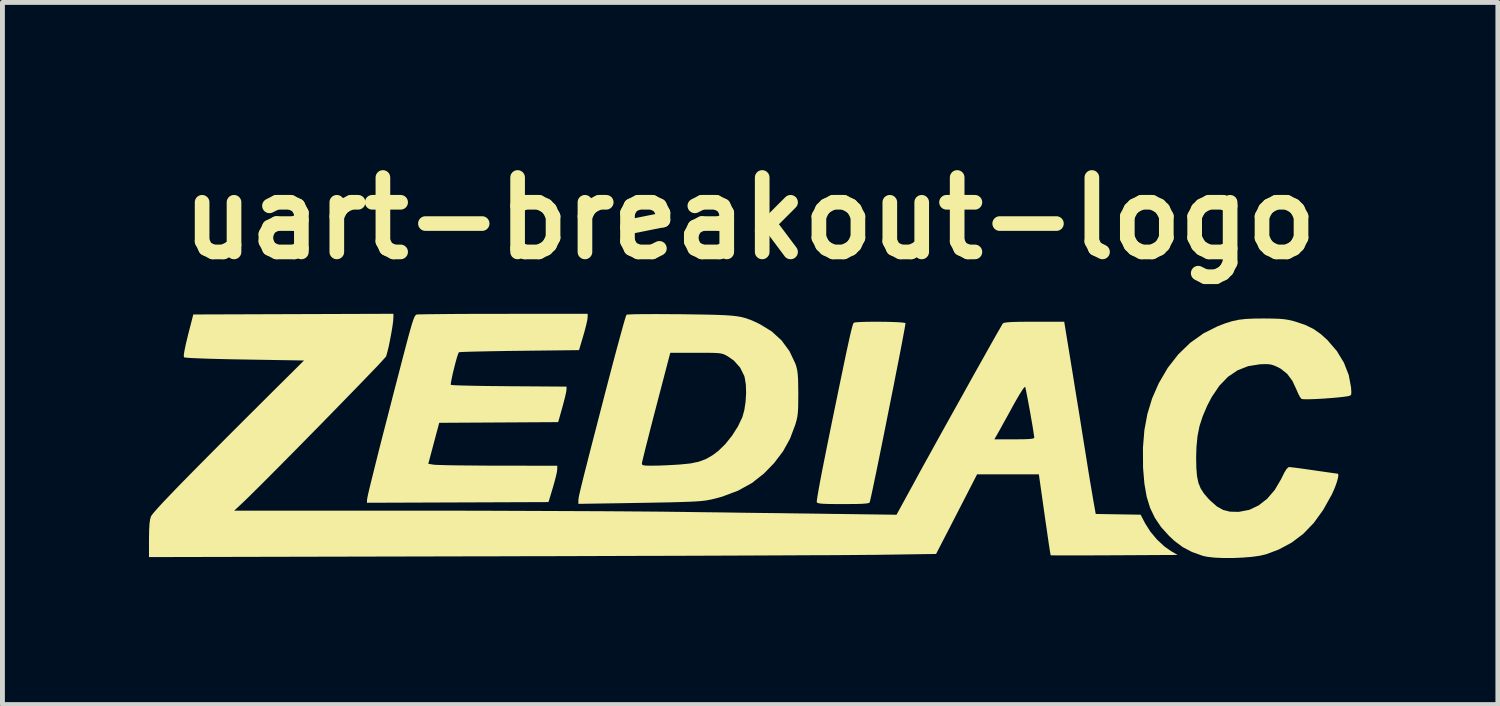
<source format=kicad_pcb>
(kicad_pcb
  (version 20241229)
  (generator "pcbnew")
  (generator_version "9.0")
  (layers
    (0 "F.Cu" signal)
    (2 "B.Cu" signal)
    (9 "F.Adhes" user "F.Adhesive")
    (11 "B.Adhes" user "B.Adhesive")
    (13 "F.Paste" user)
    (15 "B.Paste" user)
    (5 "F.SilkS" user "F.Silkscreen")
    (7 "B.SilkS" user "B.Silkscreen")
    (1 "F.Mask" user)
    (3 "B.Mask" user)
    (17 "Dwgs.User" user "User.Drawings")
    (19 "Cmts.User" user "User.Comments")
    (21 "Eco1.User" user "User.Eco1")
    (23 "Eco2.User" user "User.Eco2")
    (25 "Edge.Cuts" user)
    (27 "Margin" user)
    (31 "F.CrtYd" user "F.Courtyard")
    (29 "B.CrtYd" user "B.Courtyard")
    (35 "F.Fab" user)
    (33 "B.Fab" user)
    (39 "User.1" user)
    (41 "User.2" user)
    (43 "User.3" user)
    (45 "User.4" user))
  (footprint "uart-breakout-logo"
    (layer "F.Cu")
    (at 12.308 5.863)
    (property "Reference" "uart-breakout-logo" (at -0.008 -4.445 0) (layer "F.SilkS") (effects (font (size 1.524 1.524) (thickness 0.3))))
    (attr board_only exclude_from_pos_files exclude_from_bom)
    (fp_poly (pts (xy 2.78 -2.325) (xy 2.918 -2.321) (xy 3.036 -2.316) (xy 3.125 -2.309) (xy 3.173 -2.301) (xy 3.179 -2.298) (xy 3.176 -2.269) (xy 3.163 -2.192) (xy 3.141 -2.073) (xy 3.112 -1.917) (xy 3.076 -1.728) (xy 3.034 -1.513) (xy 2.987 -1.276) (xy 2.938 -1.023) (xy 2.885 -0.759) (xy 2.831 -0.489) (xy 2.777 -0.218) (xy 2.724 0.048) (xy 2.672 0.304) (xy 2.623 0.544) (xy 2.578 0.765) (xy 2.537 0.96) (xy 2.503 1.123) (xy 2.475 1.251) (xy 2.455 1.338) (xy 2.446 1.373) (xy 2.429 1.385) (xy 2.381 1.394) (xy 2.297 1.401) (xy 2.172 1.405) (xy 2.001 1.406) (xy 1.907 1.407) (xy 1.721 1.406) (xy 1.582 1.404) (xy 1.483 1.4) (xy 1.419 1.393) (xy 1.381 1.383) (xy 1.364 1.37) (xy 1.363 1.367) (xy 1.365 1.333) (xy 1.377 1.251) (xy 1.398 1.128) (xy 1.427 0.968) (xy 1.463 0.777) (xy 1.506 0.56) (xy 1.553 0.324) (xy 1.595 0.116) (xy 1.68 -0.303) (xy 1.756 -0.672) (xy 1.822 -0.993) (xy 1.88 -1.271) (xy 1.929 -1.508) (xy 1.971 -1.708) (xy 2.007 -1.872) (xy 2.036 -2.005) (xy 2.06 -2.109) (xy 2.08 -2.188) (xy 2.095 -2.243) (xy 2.107 -2.28) (xy 2.116 -2.3) (xy 2.121 -2.306) (xy 2.159 -2.314) (xy 2.24 -2.32) (xy 2.353 -2.324) (xy 2.487 -2.326) (xy 2.633 -2.326)) (stroke (width 0) (type solid)) (fill yes) (layer "F.SilkS"))
    (fp_poly (pts (xy -3.328 -2.414) (xy -3.335 -2.359) (xy -3.356 -2.265) (xy -3.386 -2.148) (xy -3.416 -2.042) (xy -3.504 -1.745) (xy -4.725 -1.731) (xy -4.977 -1.728) (xy -5.212 -1.724) (xy -5.425 -1.72) (xy -5.61 -1.716) (xy -5.762 -1.712) (xy -5.875 -1.708) (xy -5.944 -1.704) (xy -5.964 -1.701) (xy -5.98 -1.666) (xy -6.004 -1.592) (xy -6.032 -1.492) (xy -6.061 -1.379) (xy -6.089 -1.265) (xy -6.111 -1.161) (xy -6.126 -1.082) (xy -6.13 -1.038) (xy -6.128 -1.034) (xy -6.098 -1.03) (xy -6.019 -1.025) (xy -5.898 -1.021) (xy -5.739 -1.017) (xy -5.548 -1.013) (xy -5.332 -1.01) (xy -5.095 -1.008) (xy -4.934 -1.006) (xy -3.76 -0.998) (xy -3.76 -0.939) (xy -3.767 -0.89) (xy -3.786 -0.802) (xy -3.815 -0.688) (xy -3.845 -0.575) (xy -3.931 -0.271) (xy -5.148 -0.264) (xy -6.366 -0.257) (xy -6.59 0.582) (xy -6.48 0.6) (xy -6.431 0.604) (xy -6.333 0.607) (xy -6.193 0.611) (xy -6.018 0.614) (xy -5.813 0.616) (xy -5.584 0.618) (xy -5.338 0.62) (xy -5.16 0.62) (xy -3.949 0.622) (xy -3.95 0.697) (xy -3.957 0.752) (xy -3.978 0.845) (xy -4.009 0.962) (xy -4.039 1.068) (xy -4.129 1.366) (xy -5.987 1.373) (xy -7.845 1.38) (xy -7.844 1.319) (xy -7.837 1.276) (xy -7.817 1.182) (xy -7.783 1.038) (xy -7.735 0.845) (xy -7.675 0.604) (xy -7.603 0.316) (xy -7.518 -0.017) (xy -7.42 -0.396) (xy -7.312 -0.818) (xy -7.191 -1.283) (xy -7.112 -1.588) (xy -7.049 -1.828) (xy -6.998 -2.021) (xy -6.956 -2.172) (xy -6.923 -2.286) (xy -6.896 -2.367) (xy -6.874 -2.422) (xy -6.855 -2.454) (xy -6.838 -2.47) (xy -6.831 -2.473) (xy -6.795 -2.476) (xy -6.709 -2.478) (xy -6.579 -2.48) (xy -6.409 -2.482) (xy -6.204 -2.484) (xy -5.969 -2.486) (xy -5.707 -2.487) (xy -5.425 -2.488) (xy -5.126 -2.488) (xy -5.052 -2.488) (xy -3.327 -2.489)) (stroke (width 0) (type solid)) (fill yes) (layer "F.SilkS"))
    (fp_poly (pts (xy 10.686 -2.391) (xy 10.822 -2.387) (xy 10.931 -2.378) (xy 11.024 -2.363) (xy 11.115 -2.342) (xy 11.157 -2.33) (xy 11.362 -2.262) (xy 11.531 -2.179) (xy 11.684 -2.072) (xy 11.82 -1.948) (xy 12.011 -1.726) (xy 12.156 -1.486) (xy 12.254 -1.235) (xy 12.301 -0.983) (xy 12.307 -0.892) (xy 12.305 -0.841) (xy 12.288 -0.817) (xy 12.251 -0.805) (xy 12.237 -0.802) (xy 12.148 -0.789) (xy 12.029 -0.776) (xy 11.892 -0.764) (xy 11.746 -0.753) (xy 11.604 -0.745) (xy 11.476 -0.74) (xy 11.374 -0.739) (xy 11.307 -0.742) (xy 11.288 -0.746) (xy 11.256 -0.785) (xy 11.218 -0.857) (xy 11.189 -0.925) (xy 11.101 -1.115) (xy 10.994 -1.259) (xy 10.864 -1.363) (xy 10.809 -1.393) (xy 10.727 -1.43) (xy 10.657 -1.451) (xy 10.581 -1.459) (xy 10.478 -1.457) (xy 10.434 -1.455) (xy 10.195 -1.417) (xy 9.978 -1.332) (xy 9.782 -1.199) (xy 9.606 -1.017) (xy 9.449 -0.785) (xy 9.357 -0.609) (xy 9.265 -0.393) (xy 9.199 -0.191) (xy 9.158 0.015) (xy 9.136 0.242) (xy 9.13 0.46) (xy 9.134 0.669) (xy 9.148 0.836) (xy 9.176 0.971) (xy 9.222 1.086) (xy 9.29 1.191) (xy 9.383 1.299) (xy 9.425 1.341) (xy 9.556 1.456) (xy 9.683 1.527) (xy 9.822 1.562) (xy 9.991 1.566) (xy 10.014 1.564) (xy 10.217 1.525) (xy 10.408 1.435) (xy 10.583 1.299) (xy 10.738 1.119) (xy 10.867 0.9) (xy 10.877 0.88) (xy 10.936 0.761) (xy 10.982 0.687) (xy 11.019 0.653) (xy 11.035 0.649) (xy 11.078 0.653) (xy 11.164 0.663) (xy 11.284 0.679) (xy 11.427 0.699) (xy 11.55 0.717) (xy 11.703 0.739) (xy 11.836 0.758) (xy 11.941 0.773) (xy 12.008 0.782) (xy 12.03 0.784) (xy 12.042 0.807) (xy 12.034 0.868) (xy 12.01 0.958) (xy 11.972 1.064) (xy 11.923 1.177) (xy 11.905 1.215) (xy 11.729 1.529) (xy 11.538 1.793) (xy 11.326 2.013) (xy 11.089 2.193) (xy 10.823 2.336) (xy 10.563 2.434) (xy 10.436 2.464) (xy 10.272 2.487) (xy 10.083 2.502) (xy 9.884 2.511) (xy 9.688 2.511) (xy 9.508 2.503) (xy 9.357 2.486) (xy 9.265 2.466) (xy 9.044 2.387) (xy 8.857 2.289) (xy 8.686 2.161) (xy 8.574 2.056) (xy 8.412 1.877) (xy 8.285 1.689) (xy 8.187 1.484) (xy 8.117 1.255) (xy 8.071 0.992) (xy 8.045 0.688) (xy 8.043 0.65) (xy 8.041 0.254) (xy 8.07 -0.106) (xy 8.132 -0.439) (xy 8.228 -0.755) (xy 8.362 -1.062) (xy 8.365 -1.068) (xy 8.548 -1.381) (xy 8.764 -1.658) (xy 9.01 -1.896) (xy 9.283 -2.09) (xy 9.571 -2.234) (xy 9.727 -2.294) (xy 9.865 -2.337) (xy 9.998 -2.366) (xy 10.143 -2.383) (xy 10.313 -2.391) (xy 10.509 -2.393)) (stroke (width 0) (type solid)) (fill yes) (layer "F.SilkS"))
    (fp_poly (pts (xy -1.732 -2.482) (xy -1.499 -2.48) (xy -1.42 -2.48) (xy -1.129 -2.476) (xy -0.886 -2.472) (xy -0.684 -2.467) (xy -0.518 -2.46) (xy -0.382 -2.451) (xy -0.269 -2.438) (xy -0.173 -2.421) (xy -0.088 -2.398) (xy -0.008 -2.37) (xy 0.073 -2.336) (xy 0.162 -2.294) (xy 0.203 -2.274) (xy 0.441 -2.128) (xy 0.643 -1.943) (xy 0.805 -1.723) (xy 0.923 -1.474) (xy 0.946 -1.406) (xy 0.962 -1.337) (xy 0.973 -1.257) (xy 0.98 -1.156) (xy 0.983 -1.021) (xy 0.985 -0.866) (xy 0.984 -0.692) (xy 0.982 -0.56) (xy 0.975 -0.458) (xy 0.964 -0.374) (xy 0.946 -0.296) (xy 0.923 -0.217) (xy 0.815 0.069) (xy 0.673 0.326) (xy 0.49 0.567) (xy 0.281 0.782) (xy 0.036 0.975) (xy -0.248 1.132) (xy -0.572 1.254) (xy -0.692 1.287) (xy -0.75 1.302) (xy -0.805 1.314) (xy -0.86 1.325) (xy -0.921 1.335) (xy -0.991 1.343) (xy -1.075 1.35) (xy -1.178 1.356) (xy -1.303 1.361) (xy -1.456 1.366) (xy -1.641 1.371) (xy -1.861 1.375) (xy -2.123 1.38) (xy -2.43 1.385) (xy -2.786 1.391) (xy -2.793 1.391) (xy -3.517 1.402) (xy -3.517 1.335) (xy -3.516 1.317) (xy -3.514 1.295) (xy -3.509 1.265) (xy -3.501 1.223) (xy -3.488 1.167) (xy -3.471 1.092) (xy -3.447 0.995) (xy -3.417 0.873) (xy -3.379 0.722) (xy -3.341 0.575) (xy -2.217 0.575) (xy -2.212 0.598) (xy -2.187 0.612) (xy -2.134 0.619) (xy -2.042 0.621) (xy -1.981 0.62) (xy -1.85 0.618) (xy -1.689 0.611) (xy -1.524 0.602) (xy -1.434 0.596) (xy -1.223 0.575) (xy -1.052 0.539) (xy -0.905 0.485) (xy -0.769 0.406) (xy -0.653 0.319) (xy -0.511 0.181) (xy -0.373 0.009) (xy -0.253 -0.179) (xy -0.164 -0.364) (xy -0.161 -0.37) (xy -0.12 -0.517) (xy -0.094 -0.69) (xy -0.083 -0.871) (xy -0.089 -1.043) (xy -0.113 -1.187) (xy -0.121 -1.216) (xy -0.206 -1.388) (xy -0.335 -1.532) (xy -0.457 -1.617) (xy -0.501 -1.642) (xy -0.541 -1.661) (xy -0.587 -1.674) (xy -0.646 -1.683) (xy -0.727 -1.688) (xy -0.84 -1.69) (xy -0.993 -1.691) (xy -1.109 -1.691) (xy -1.636 -1.691) (xy -1.926 -0.582) (xy -1.988 -0.344) (xy -2.045 -0.122) (xy -2.096 0.079) (xy -2.141 0.254) (xy -2.176 0.397) (xy -2.201 0.501) (xy -2.215 0.562) (xy -2.217 0.575) (xy -3.341 0.575) (xy -3.332 0.538) (xy -3.276 0.318) (xy -3.209 0.059) (xy -3.131 -0.243) (xy -3.041 -0.591) (xy -2.97 -0.866) (xy -2.896 -1.149) (xy -2.826 -1.417) (xy -2.76 -1.665) (xy -2.7 -1.887) (xy -2.647 -2.081) (xy -2.603 -2.241) (xy -2.568 -2.362) (xy -2.544 -2.44) (xy -2.532 -2.47) (xy -2.532 -2.47) (xy -2.499 -2.474) (xy -2.418 -2.478) (xy -2.295 -2.481) (xy -2.136 -2.482) (xy -1.946 -2.483)) (stroke (width 0) (type solid)) (fill yes) (layer "F.SilkS"))
    (fp_poly (pts (xy -7.304 -2.417) (xy -7.309 -2.34) (xy -7.324 -2.228) (xy -7.346 -2.097) (xy -7.372 -1.958) (xy -7.399 -1.825) (xy -7.426 -1.713) (xy -7.448 -1.634) (xy -7.457 -1.612) (xy -7.482 -1.583) (xy -7.541 -1.518) (xy -7.63 -1.422) (xy -7.748 -1.299) (xy -7.889 -1.153) (xy -8.05 -0.986) (xy -8.228 -0.803) (xy -8.419 -0.607) (xy -8.619 -0.402) (xy -8.825 -0.191) (xy -9.034 0.021) (xy -9.241 0.232) (xy -9.444 0.437) (xy -9.638 0.633) (xy -9.82 0.816) (xy -9.986 0.983) (xy -10.134 1.129) (xy -10.258 1.252) (xy -10.356 1.347) (xy -10.411 1.399) (xy -10.563 1.541) (xy -6.933 1.541) (xy -6.45 1.541) (xy -5.952 1.542) (xy -5.447 1.543) (xy -4.94 1.545) (xy -4.436 1.547) (xy -3.942 1.549) (xy -3.463 1.551) (xy -3.005 1.553) (xy -2.575 1.556) (xy -2.177 1.559) (xy -1.818 1.562) (xy -1.504 1.566) (xy -1.334 1.568) (xy -0.971 1.573) (xy -0.594 1.577) (xy -0.21 1.583) (xy 0.173 1.588) (xy 0.545 1.592) (xy 0.899 1.597) (xy 1.226 1.601) (xy 1.518 1.605) (xy 1.766 1.609) (xy 1.816 1.609) (xy 2.996 1.625) (xy 3.37 0.941) (xy 3.461 0.773) (xy 3.567 0.58) (xy 3.686 0.366) (xy 3.813 0.135) (xy 3.843 0.081) (xy 4.999 0.081) (xy 5.407 0.081) (xy 5.575 0.08) (xy 5.694 0.076) (xy 5.77 0.069) (xy 5.808 0.058) (xy 5.816 0.048) (xy 5.811 0.005) (xy 5.798 -0.08) (xy 5.78 -0.195) (xy 5.756 -0.331) (xy 5.731 -0.476) (xy 5.704 -0.622) (xy 5.679 -0.756) (xy 5.657 -0.87) (xy 5.64 -0.952) (xy 5.63 -0.992) (xy 5.629 -0.994) (xy 5.611 -0.983) (xy 5.571 -0.929) (xy 5.514 -0.838) (xy 5.442 -0.715) (xy 5.371 -0.588) (xy 5.29 -0.439) (xy 5.212 -0.299) (xy 5.145 -0.177) (xy 5.093 -0.083) (xy 5.065 -0.034) (xy 4.999 0.081) (xy 3.843 0.081) (xy 3.948 -0.108) (xy 4.087 -0.358) (xy 4.228 -0.611) (xy 4.368 -0.862) (xy 4.504 -1.107) (xy 4.635 -1.342) (xy 4.758 -1.56) (xy 4.869 -1.759) (xy 4.967 -1.933) (xy 5.049 -2.078) (xy 5.113 -2.189) (xy 5.155 -2.262) (xy 5.173 -2.292) (xy 5.198 -2.304) (xy 5.253 -2.313) (xy 5.343 -2.32) (xy 5.475 -2.324) (xy 5.651 -2.326) (xy 5.815 -2.326) (xy 6.429 -2.326) (xy 6.596 -1.305) (xy 6.638 -1.044) (xy 6.682 -0.771) (xy 6.727 -0.498) (xy 6.769 -0.236) (xy 6.807 0.003) (xy 6.84 0.208) (xy 6.859 0.325) (xy 6.891 0.526) (xy 6.924 0.733) (xy 6.957 0.932) (xy 6.987 1.109) (xy 7.011 1.25) (xy 7.014 1.271) (xy 7.074 1.609) (xy 7.993 1.624) (xy 8.087 1.804) (xy 8.193 1.971) (xy 8.33 2.135) (xy 8.484 2.277) (xy 8.615 2.369) (xy 8.751 2.448) (xy 7.455 2.455) (xy 7.196 2.456) (xy 6.953 2.457) (xy 6.733 2.458) (xy 6.541 2.458) (xy 6.381 2.458) (xy 6.259 2.457) (xy 6.181 2.456) (xy 6.152 2.455) (xy 6.151 2.455) (xy 6.146 2.427) (xy 6.134 2.352) (xy 6.116 2.237) (xy 6.094 2.088) (xy 6.069 1.912) (xy 6.04 1.714) (xy 6.027 1.623) (xy 5.91 0.798) (xy 4.645 0.798) (xy 4.43 1.217) (xy 4.338 1.396) (xy 4.234 1.598) (xy 4.13 1.8) (xy 4.036 1.983) (xy 4.01 2.032) (xy 3.806 2.428) (xy 2.694 2.444) (xy 2.567 2.446) (xy 2.389 2.447) (xy 2.162 2.449) (xy 1.89 2.451) (xy 1.574 2.453) (xy 1.218 2.454) (xy 0.825 2.456) (xy 0.397 2.458) (xy -0.063 2.46) (xy -0.553 2.462) (xy -1.068 2.464) (xy -1.608 2.466) (xy -2.168 2.467) (xy -2.746 2.469) (xy -3.34 2.471) (xy -3.946 2.473) (xy -4.562 2.474) (xy -5.185 2.476) (xy -5.363 2.476) (xy -12.308 2.492) (xy -12.308 2.124) (xy -12.305 1.947) (xy -12.298 1.815) (xy -12.285 1.72) (xy -12.267 1.658) (xy -12.244 1.623) (xy -12.193 1.561) (xy -12.113 1.471) (xy -12.004 1.353) (xy -11.863 1.206) (xy -11.692 1.028) (xy -11.487 0.819) (xy -11.249 0.578) (xy -10.976 0.303) (xy -10.668 -0.006) (xy -10.323 -0.351) (xy -9.941 -0.731) (xy -9.795 -0.877) (xy -9.134 -1.533) (xy -10.349 -1.553) (xy -10.634 -1.558) (xy -10.889 -1.564) (xy -11.111 -1.57) (xy -11.296 -1.577) (xy -11.439 -1.583) (xy -11.537 -1.59) (xy -11.586 -1.597) (xy -11.591 -1.599) (xy -11.596 -1.638) (xy -11.583 -1.727) (xy -11.554 -1.866) (xy -11.51 -2.05) (xy -11.401 -2.475) (xy -9.352 -2.482) (xy -7.304 -2.489)) (stroke (width 0) (type solid)) (fill yes) (layer "F.SilkS")))
  (gr_rect
    (start -3 -3)
    (end 27.615 11.374)
    (stroke (width 0.1) (type default))
    (fill no)
    (layer "Edge.Cuts")))
</source>
